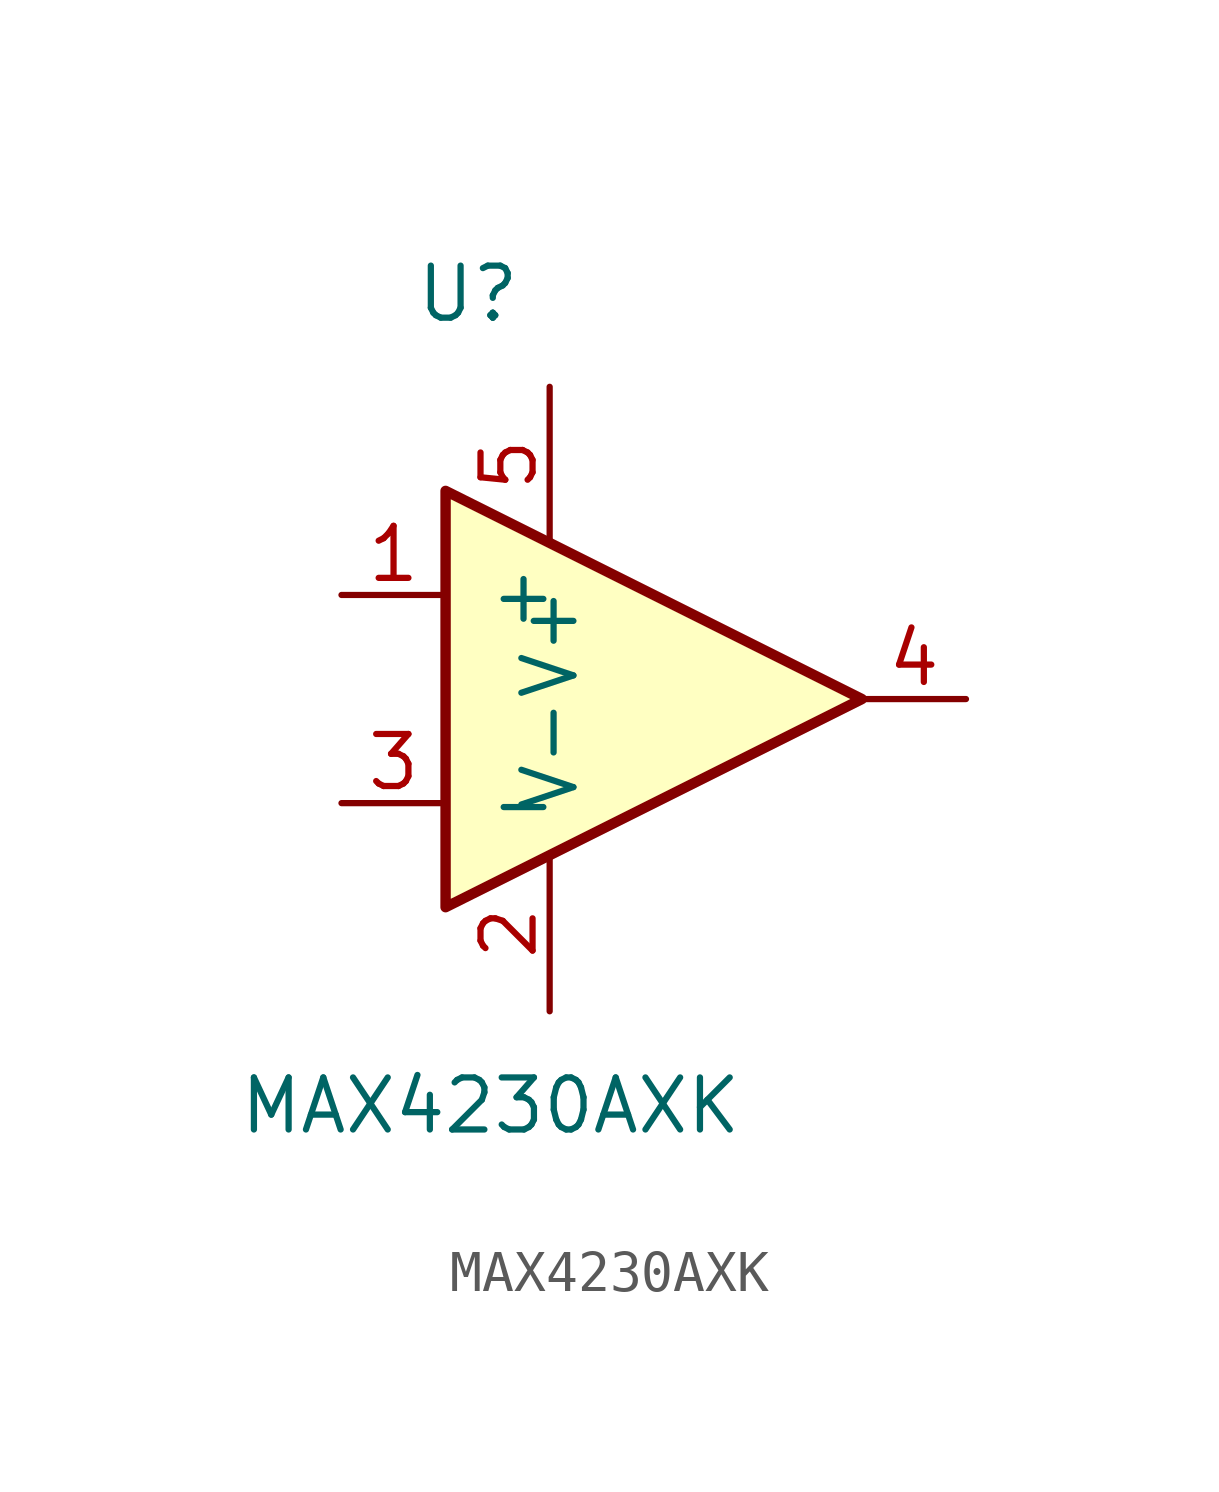
<source format=kicad_sym>
(kicad_symbol_lib
  (version 20231120)
  (generator "kicad_symbol_editor")
  (generator_version "8.0")
  (symbol "MAX4230AXK"
    (pin_names
      (offset 1.016))
    (property "Reference" "U"
      (at -8.382 9.144 0)
      (effects (font (size 1.27 1.27)) (justify left bottom)))
    (property "Value" "MAX4230AXK"
      (at -12.7 -10.668 0)
      (effects (font (size 1.27 1.27)) (justify left bottom)))
    (symbol "MAX4230AXK_0_1"
      (polyline (pts (xy 2.54 0) (xy -7.62 5.08) (xy -7.62 -5.08) (xy 2.54 0)) (stroke (width 0.254) (type default)) (fill (type background))))
    (symbol "MAX4230AXK_1_1"
      (pin input line (at -10.16 2.54 0) (length 2.54) (name "+" (effects (font (size 1.27 1.27)))) (number "1" (effects (font (size 1.27 1.27)))))
      (pin power_in line (at -5.08 -7.62 90) (length 3.81) (name "V-" (effects (font (size 1.27 1.27)))) (number "2" (effects (font (size 1.27 1.27)))))
      (pin input line (at -10.16 -2.54 0) (length 2.54) (name "-" (effects (font (size 1.27 1.27)))) (number "3" (effects (font (size 1.27 1.27)))))
      (pin output line (at 5.08 0 180) (length 2.54) (name "~" (effects (font (size 1.27 1.27)))) (number "4" (effects (font (size 1.27 1.27)))))
      (pin power_in line (at -5.08 7.62 270) (length 3.81) (name "V+" (effects (font (size 1.27 1.27)))) (number "5" (effects (font (size 1.27 1.27))))))))
</source>
